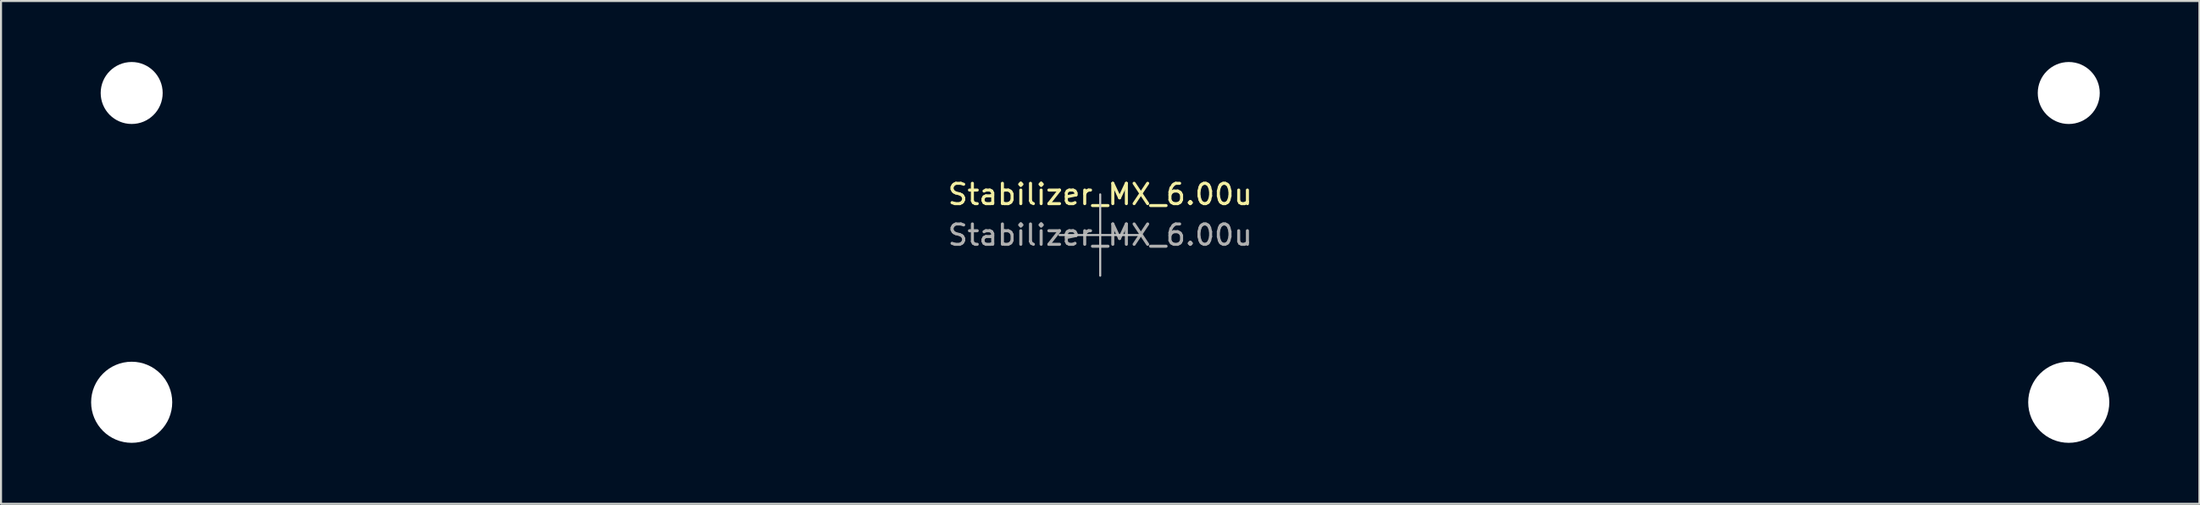
<source format=kicad_pcb>
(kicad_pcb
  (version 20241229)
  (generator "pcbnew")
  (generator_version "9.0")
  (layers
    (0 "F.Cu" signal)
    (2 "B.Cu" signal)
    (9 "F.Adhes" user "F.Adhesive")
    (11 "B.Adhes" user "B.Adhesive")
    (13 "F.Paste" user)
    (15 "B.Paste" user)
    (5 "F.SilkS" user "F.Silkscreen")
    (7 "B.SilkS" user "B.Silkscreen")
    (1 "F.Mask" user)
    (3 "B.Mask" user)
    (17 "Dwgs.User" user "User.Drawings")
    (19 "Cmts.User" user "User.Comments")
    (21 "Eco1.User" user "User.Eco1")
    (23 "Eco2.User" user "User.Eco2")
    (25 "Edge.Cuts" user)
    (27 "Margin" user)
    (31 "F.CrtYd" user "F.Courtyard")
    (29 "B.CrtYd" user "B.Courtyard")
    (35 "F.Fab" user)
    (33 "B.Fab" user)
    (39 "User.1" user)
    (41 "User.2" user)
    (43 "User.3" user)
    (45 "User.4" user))
  (footprint "Stabilizer_MX_6.00u"
    (layer "F.Cu")
    (at 51.05 8.509)
    (property "Reference" "Stabilizer_MX_6.00u" (at 0 -2 0) (layer "F.SilkS") (effects (font (size 1 1) (thickness 0.15))))
    (attr exclude_from_pos_files exclude_from_bom)
    (fp_line (start -2 0) (end 2 0) (stroke (width 0.1) (type solid)) (layer "Dwgs.User"))
    (fp_line (start 0 2) (end 0 -2) (stroke (width 0.1) (type solid)) (layer "Dwgs.User"))
    (fp_line (start -51 -5.53) (end -51 6.77) (stroke (width 0.1) (type solid)) (layer "Eco1.User"))
    (fp_line (start -51 6.77) (end -44.25 6.77) (stroke (width 0.1) (type solid)) (layer "Eco1.User"))
    (fp_line (start -44.25 -5.53) (end -51 -5.53) (stroke (width 0.1) (type solid)) (layer "Eco1.User"))
    (fp_line (start -44.25 6.77) (end -44.25 -5.53) (stroke (width 0.1) (type solid)) (layer "Eco1.User"))
    (fp_line (start 44.25 -5.53) (end 44.25 6.77) (stroke (width 0.1) (type solid)) (layer "Eco1.User"))
    (fp_line (start 44.25 6.77) (end 51 6.77) (stroke (width 0.1) (type solid)) (layer "Eco1.User"))
    (fp_line (start 51 -5.53) (end 44.25 -5.53) (stroke (width 0.1) (type solid)) (layer "Eco1.User"))
    (fp_line (start 51 6.77) (end 51 -5.53) (stroke (width 0.1) (type solid)) (layer "Eco1.User"))
    (fp_text user "${REFERENCE}" (at 0 0 0) (layer "F.Fab") (effects (font (size 1 1) (thickness 0.15))))
    (pad "" np_thru_hole circle (at -47.625 -6.985) (size 3.048 3.048) (drill 3.048) (layers "*.Cu" "*.Mask"))
    (pad "" np_thru_hole circle (at -47.625 8.225) (size 3.988 3.988) (drill 3.988) (layers "*.Cu" "*.Mask"))
    (pad "" np_thru_hole circle (at 47.625 -6.985) (size 3.048 3.048) (drill 3.048) (layers "*.Cu" "*.Mask"))
    (pad "" np_thru_hole circle (at 47.625 8.225) (size 3.988 3.988) (drill 3.988) (layers "*.Cu" "*.Mask")))
  (gr_rect
    (start -3 -3)
    (end 105.1 21.728)
    (stroke (width 0.1) (type default))
    (fill no)
    (layer "Edge.Cuts")))
</source>
